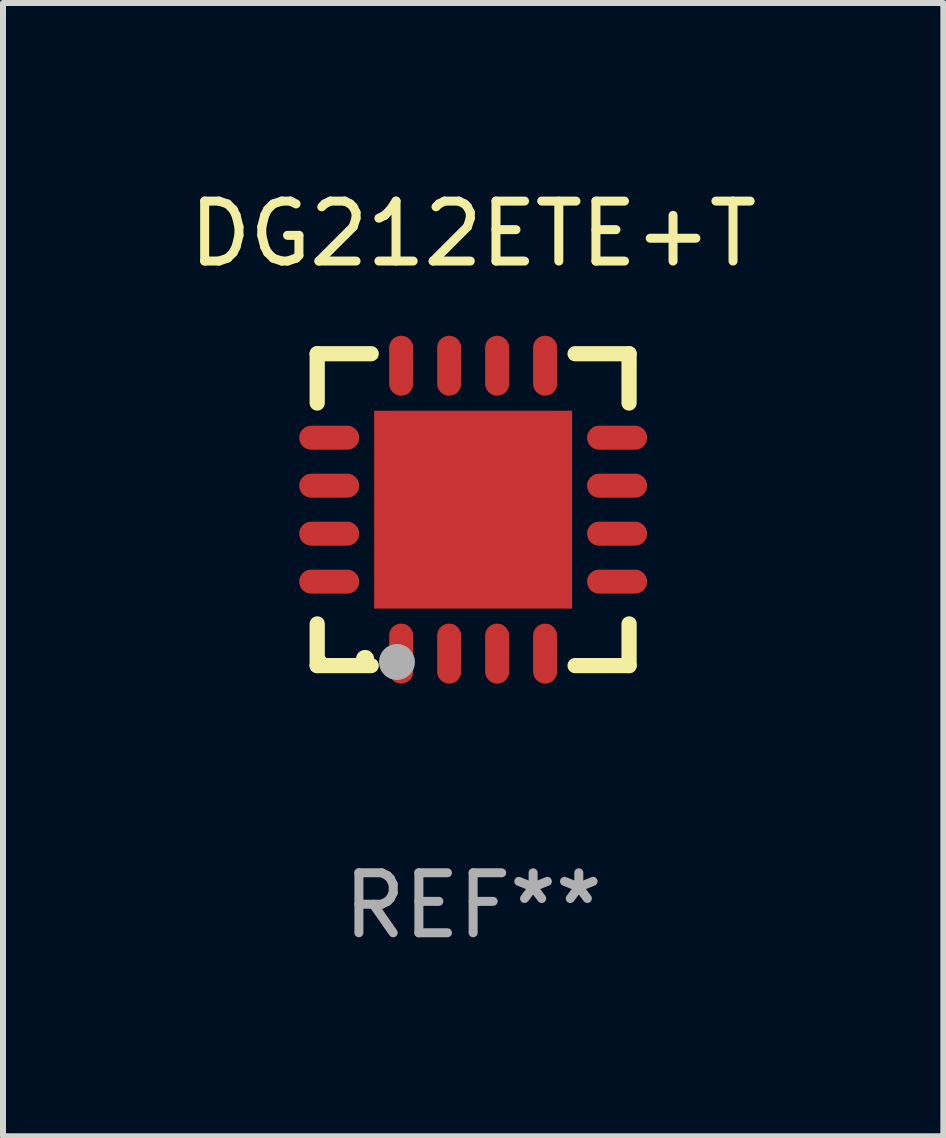
<source format=kicad_pcb>
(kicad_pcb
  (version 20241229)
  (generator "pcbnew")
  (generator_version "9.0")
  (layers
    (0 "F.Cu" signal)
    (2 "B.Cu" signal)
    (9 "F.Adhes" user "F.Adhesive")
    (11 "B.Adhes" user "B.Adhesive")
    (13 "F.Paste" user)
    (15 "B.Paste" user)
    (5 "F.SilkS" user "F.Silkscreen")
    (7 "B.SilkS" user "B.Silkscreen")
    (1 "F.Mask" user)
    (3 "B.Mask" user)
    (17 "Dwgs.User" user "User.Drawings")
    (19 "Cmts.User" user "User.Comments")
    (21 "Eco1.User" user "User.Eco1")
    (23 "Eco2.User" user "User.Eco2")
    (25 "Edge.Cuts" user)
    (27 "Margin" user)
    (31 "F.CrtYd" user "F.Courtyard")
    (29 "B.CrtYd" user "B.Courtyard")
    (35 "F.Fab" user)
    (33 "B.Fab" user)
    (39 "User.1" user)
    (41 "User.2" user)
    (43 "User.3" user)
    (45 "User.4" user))
  (footprint "DG212ETE+T"
    (layer "F.Cu")
    (at 4.839 5.448)
    (property "Reference" "DG212ETE+T" (at 0 -4.6 0) (layer "F.SilkS") (effects (font (size 1 1) (thickness 0.15))))
    (attr through_hole)
    (fp_line (start -2.6 -2.6) (end -2.6 -1.778) (stroke (width 0.254) (type solid)) (layer "F.SilkS"))
    (fp_line (start -2.6 2.6) (end -2.6 1.905) (stroke (width 0.254) (type solid)) (layer "F.SilkS"))
    (fp_line (start -1.7 -2.6) (end -2.6 -2.6) (stroke (width 0.254) (type solid)) (layer "F.SilkS"))
    (fp_line (start -1.7 2.6) (end -2.6 2.6) (stroke (width 0.254) (type solid)) (layer "F.SilkS"))
    (fp_line (start 1.7 -2.6) (end 2.6 -2.6) (stroke (width 0.254) (type solid)) (layer "F.SilkS"))
    (fp_line (start 1.7 2.6) (end 2.6 2.6) (stroke (width 0.254) (type solid)) (layer "F.SilkS"))
    (fp_line (start 2.6 -2.6) (end 2.6 -1.778) (stroke (width 0.254) (type solid)) (layer "F.SilkS"))
    (fp_line (start 2.6 2.6) (end 2.6 1.905) (stroke (width 0.254) (type solid)) (layer "F.SilkS"))
    (fp_arc (start -1.803404 2.489205) (mid -1.802134 2.4892) (end -1.800864 2.489205) (stroke (width 0.3) (type solid)) (layer "F.SilkS"))
    (fp_circle (center -2.5 2.5) (end -2.47 2.5) (stroke (width 0.06) (type solid)) (fill no) (layer "F.SilkS"))
    (fp_circle (center -1.27 2.54) (end -1.12 2.54) (stroke (width 0.3) (type solid)) (fill no) (layer "F.Fab"))
    (fp_text user "REF**" (at 0 6.6 0) (layer "F.Fab") (effects (font (size 1 1) (thickness 0.15))))
    (pad "1" smd oval (at -1.2 2.4) (size 0.4 1) (layers "F.Cu" "F.Mask" "F.Paste"))
    (pad "2" smd oval (at -0.4 2.4) (size 0.4 1) (layers "F.Cu" "F.Mask" "F.Paste"))
    (pad "3" smd oval (at 0.4 2.4) (size 0.4 1) (layers "F.Cu" "F.Mask" "F.Paste"))
    (pad "4" smd oval (at 1.2 2.4) (size 0.4 1) (layers "F.Cu" "F.Mask" "F.Paste"))
    (pad "5" smd oval (at 2.4 1.2 90) (size 0.4 1) (layers "F.Cu" "F.Mask" "F.Paste"))
    (pad "6" smd oval (at 2.4 0.4 90) (size 0.4 1) (layers "F.Cu" "F.Mask" "F.Paste"))
    (pad "7" smd oval (at 2.4 -0.4 90) (size 0.4 1) (layers "F.Cu" "F.Mask" "F.Paste"))
    (pad "8" smd oval (at 2.4 -1.2 90) (size 0.4 1) (layers "F.Cu" "F.Mask" "F.Paste"))
    (pad "9" smd oval (at 1.2 -2.4) (size 0.4 1) (layers "F.Cu" "F.Mask" "F.Paste"))
    (pad "10" smd oval (at 0.4 -2.4) (size 0.4 1) (layers "F.Cu" "F.Mask" "F.Paste"))
    (pad "11" smd oval (at -0.4 -2.4) (size 0.4 1) (layers "F.Cu" "F.Mask" "F.Paste"))
    (pad "12" smd oval (at -1.2 -2.4) (size 0.4 1) (layers "F.Cu" "F.Mask" "F.Paste"))
    (pad "13" smd oval (at -2.4 -1.2 90) (size 0.4 1) (layers "F.Cu" "F.Mask" "F.Paste"))
    (pad "14" smd oval (at -2.4 -0.4 90) (size 0.4 1) (layers "F.Cu" "F.Mask" "F.Paste"))
    (pad "15" smd oval (at -2.4 0.4 90) (size 0.4 1) (layers "F.Cu" "F.Mask" "F.Paste"))
    (pad "16" smd oval (at -2.4 1.2 90) (size 0.4 1) (layers "F.Cu" "F.Mask" "F.Paste"))
    (pad "17" smd rect (at 0 0 90) (size 3.3 3.3) (layers "F.Cu" "F.Mask" "F.Paste")))
  (gr_rect
    (start -3 -3)
    (end 12.679 15.896)
    (stroke (width 0.1) (type default))
    (fill no)
    (layer "Edge.Cuts")))
</source>
